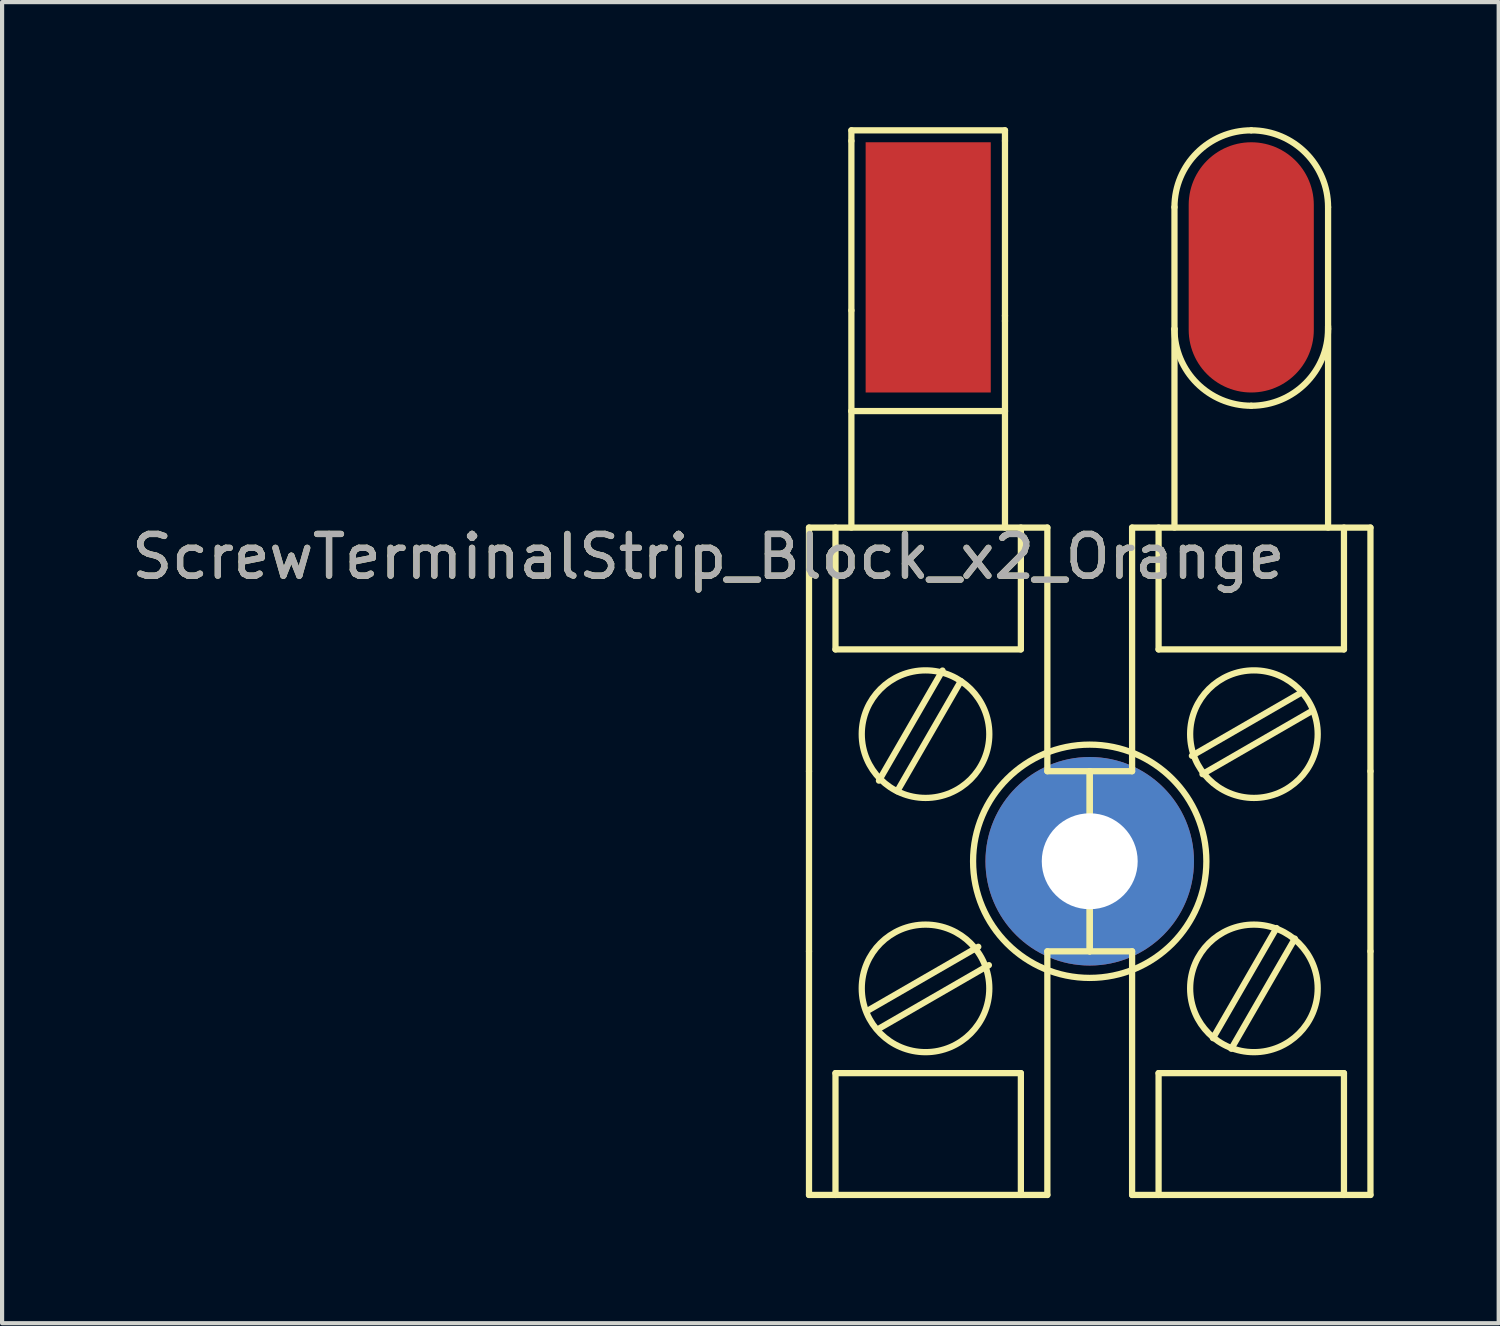
<source format=kicad_pcb>
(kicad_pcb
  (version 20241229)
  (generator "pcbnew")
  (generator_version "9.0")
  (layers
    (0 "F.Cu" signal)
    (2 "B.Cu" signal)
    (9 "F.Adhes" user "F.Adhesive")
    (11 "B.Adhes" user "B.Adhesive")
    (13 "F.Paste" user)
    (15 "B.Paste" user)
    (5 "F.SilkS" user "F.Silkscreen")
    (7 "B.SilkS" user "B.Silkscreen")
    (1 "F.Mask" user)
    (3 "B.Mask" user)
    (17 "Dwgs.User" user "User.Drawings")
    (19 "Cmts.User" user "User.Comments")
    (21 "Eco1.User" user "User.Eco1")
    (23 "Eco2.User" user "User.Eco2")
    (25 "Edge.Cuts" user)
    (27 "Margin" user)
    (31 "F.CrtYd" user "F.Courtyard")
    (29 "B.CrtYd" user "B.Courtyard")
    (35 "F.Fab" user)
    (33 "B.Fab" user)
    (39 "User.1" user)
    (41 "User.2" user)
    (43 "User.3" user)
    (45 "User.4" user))
  (footprint "ScrewTerminalStrip_Block_x2_Orange"
    (layer "F.Cu")
    (at 23.079 17.601)
    (property "Reference" "ScrewTerminalStrip_Block_x2_Orange" (at -9.144 -7.303 180) (layer "F.SilkS") (effects (font (size 1 1) (thickness 0.15))))
    (attr through_hole)
    (fp_line (start -6.731 -8.001) (end -1.016 -8.001) (stroke (width 0.15) (type solid)) (layer "F.SilkS"))
    (fp_line (start -6.731 -2.159) (end -6.731 -8.001) (stroke (width 0.15) (type solid)) (layer "F.SilkS"))
    (fp_line (start -6.731 -2.159) (end -6.731 2.159) (stroke (width 0.15) (type solid)) (layer "F.SilkS"))
    (fp_line (start -6.731 2.159) (end -6.731 8.001) (stroke (width 0.15) (type solid)) (layer "F.SilkS"))
    (fp_line (start -6.731 8.001) (end -1.016 8.001) (stroke (width 0.15) (type solid)) (layer "F.SilkS"))
    (fp_line (start -6.096 -8.001) (end -6.096 -5.08) (stroke (width 0.15) (type solid)) (layer "F.SilkS"))
    (fp_line (start -6.096 -5.08) (end -1.651 -5.08) (stroke (width 0.15) (type solid)) (layer "F.SilkS"))
    (fp_line (start -6.096 5.08) (end -6.096 8.001) (stroke (width 0.15) (type solid)) (layer "F.SilkS"))
    (fp_line (start -5.715 -17.526) (end -2.032 -17.526) (stroke (width 0.15) (type solid)) (layer "F.SilkS"))
    (fp_line (start -5.715 -17.272) (end -5.715 -17.526) (stroke (width 0.15) (type solid)) (layer "F.SilkS"))
    (fp_line (start -5.715 -17.272) (end -5.715 -13.208) (stroke (width 0.15) (type solid)) (layer "F.SilkS"))
    (fp_line (start -5.715 -10.795) (end -5.715 -13.208) (stroke (width 0.15) (type solid)) (layer "F.SilkS"))
    (fp_line (start -5.715 -10.795) (end -5.715 -8.001) (stroke (width 0.15) (type solid)) (layer "F.SilkS"))
    (fp_line (start -5.715 -10.795) (end -2.032 -10.795) (stroke (width 0.15) (type solid)) (layer "F.SilkS"))
    (fp_line (start -5.312 3.575) (end -2.672 2.051) (stroke (width 0.15) (type solid)) (layer "F.SilkS"))
    (fp_line (start -5.058 4.015) (end -2.418 2.491) (stroke (width 0.15) (type solid)) (layer "F.SilkS"))
    (fp_line (start -5.054 -1.933) (end -3.53 -4.573) (stroke (width 0.15) (type solid)) (layer "F.SilkS"))
    (fp_line (start -4.615 -1.679) (end -3.091 -4.319) (stroke (width 0.15) (type solid)) (layer "F.SilkS"))
    (fp_line (start -2.032 -17.526) (end -2.032 -17.272) (stroke (width 0.15) (type solid)) (layer "F.SilkS"))
    (fp_line (start -2.032 -17.272) (end -2.032 -13.081) (stroke (width 0.15) (type solid)) (layer "F.SilkS"))
    (fp_line (start -2.032 -13.081) (end -2.032 -12.954) (stroke (width 0.15) (type solid)) (layer "F.SilkS"))
    (fp_line (start -2.032 -12.954) (end -2.032 -10.795) (stroke (width 0.15) (type solid)) (layer "F.SilkS"))
    (fp_line (start -2.032 -10.795) (end -2.032 -8.001) (stroke (width 0.15) (type solid)) (layer "F.SilkS"))
    (fp_line (start -1.651 -5.08) (end -1.651 -8.001) (stroke (width 0.15) (type solid)) (layer "F.SilkS"))
    (fp_line (start -1.651 5.08) (end -6.096 5.08) (stroke (width 0.15) (type solid)) (layer "F.SilkS"))
    (fp_line (start -1.651 8.001) (end -1.651 5.08) (stroke (width 0.15) (type solid)) (layer "F.SilkS"))
    (fp_line (start -1.016 -2.159) (end -1.016 -8.001) (stroke (width 0.15) (type solid)) (layer "F.SilkS"))
    (fp_line (start -1.016 -2.159) (end 0 -2.159) (stroke (width 0.15) (type solid)) (layer "F.SilkS"))
    (fp_line (start -1.016 2.159) (end 0 2.159) (stroke (width 0.15) (type solid)) (layer "F.SilkS"))
    (fp_line (start -1.016 8.001) (end -1.016 2.159) (stroke (width 0.15) (type solid)) (layer "F.SilkS"))
    (fp_line (start 0 -2.159) (end 0 -1.016) (stroke (width 0.15) (type solid)) (layer "F.SilkS"))
    (fp_line (start 0 -2.159) (end 0 -1.016) (stroke (width 0.15) (type solid)) (layer "F.SilkS"))
    (fp_line (start 0 1.016) (end 0 2.159) (stroke (width 0.15) (type solid)) (layer "F.SilkS"))
    (fp_line (start 0 1.016) (end 0 2.159) (stroke (width 0.15) (type solid)) (layer "F.SilkS"))
    (fp_line (start 1.016 -8.001) (end 6.731 -8.001) (stroke (width 0.15) (type solid)) (layer "F.SilkS"))
    (fp_line (start 1.016 -2.159) (end 0 -2.159) (stroke (width 0.15) (type solid)) (layer "F.SilkS"))
    (fp_line (start 1.016 -2.159) (end 1.016 -8.001) (stroke (width 0.15) (type solid)) (layer "F.SilkS"))
    (fp_line (start 1.016 2.159) (end 0 2.159) (stroke (width 0.15) (type solid)) (layer "F.SilkS"))
    (fp_line (start 1.016 2.159) (end 1.016 8.001) (stroke (width 0.15) (type solid)) (layer "F.SilkS"))
    (fp_line (start 1.016 8.001) (end 6.731 8.001) (stroke (width 0.15) (type solid)) (layer "F.SilkS"))
    (fp_line (start 1.651 -8.001) (end 1.651 -5.08) (stroke (width 0.15) (type solid)) (layer "F.SilkS"))
    (fp_line (start 1.651 -5.08) (end 6.096 -5.08) (stroke (width 0.15) (type solid)) (layer "F.SilkS"))
    (fp_line (start 1.651 5.08) (end 1.651 8.001) (stroke (width 0.15) (type solid)) (layer "F.SilkS"))
    (fp_line (start 2.032 -15.684) (end 2.032 -12.764) (stroke (width 0.15) (type solid)) (layer "F.SilkS"))
    (fp_line (start 2.032 -12.764) (end 2.032 -8.001) (stroke (width 0.15) (type solid)) (layer "F.SilkS"))
    (fp_line (start 2.45 -2.529) (end 5.09 -4.053) (stroke (width 0.15) (type solid)) (layer "F.SilkS"))
    (fp_line (start 2.704 -2.089) (end 5.344 -3.613) (stroke (width 0.15) (type solid)) (layer "F.SilkS"))
    (fp_line (start 2.955 4.241) (end 4.479 1.601) (stroke (width 0.15) (type solid)) (layer "F.SilkS"))
    (fp_line (start 3.395 4.495) (end 4.919 1.855) (stroke (width 0.15) (type solid)) (layer "F.SilkS"))
    (fp_line (start 5.715 -15.684) (end 5.715 -12.764) (stroke (width 0.15) (type solid)) (layer "F.SilkS"))
    (fp_line (start 5.715 -12.827) (end 5.715 -8.001) (stroke (width 0.15) (type solid)) (layer "F.SilkS"))
    (fp_line (start 6.096 -5.08) (end 6.096 -8.001) (stroke (width 0.15) (type solid)) (layer "F.SilkS"))
    (fp_line (start 6.096 5.08) (end 1.651 5.08) (stroke (width 0.15) (type solid)) (layer "F.SilkS"))
    (fp_line (start 6.096 8.001) (end 6.096 5.08) (stroke (width 0.15) (type solid)) (layer "F.SilkS"))
    (fp_line (start 6.731 -2.159) (end 6.731 -8.001) (stroke (width 0.15) (type solid)) (layer "F.SilkS"))
    (fp_line (start 6.731 2.159) (end 6.731 -2.159) (stroke (width 0.15) (type solid)) (layer "F.SilkS"))
    (fp_line (start 6.731 8.001) (end 6.731 2.159) (stroke (width 0.15) (type solid)) (layer "F.SilkS"))
    (fp_arc (start -1.016 0) (mid -0.71842 -0.71842) (end 0 -1.016) (stroke (width 0.15) (type solid)) (layer "F.SilkS"))
    (fp_arc (start 0 -1.016) (mid 0.71842 -0.71842) (end 1.016 0) (stroke (width 0.15) (type solid)) (layer "F.SilkS"))
    (fp_arc (start 0 1.016) (mid -0.71842 0.71842) (end -1.016 0) (stroke (width 0.15) (type solid)) (layer "F.SilkS"))
    (fp_arc (start 1.016 0) (mid 0.71842 0.71842) (end 0 1.016) (stroke (width 0.15) (type solid)) (layer "F.SilkS"))
    (fp_arc (start 2.032 -15.6845) (mid 2.571363 -16.986637) (end 3.8735 -17.526) (stroke (width 0.15) (type solid)) (layer "F.SilkS"))
    (fp_arc (start 3.8735 -17.526) (mid 5.175637 -16.986637) (end 5.715 -15.6845) (stroke (width 0.15) (type solid)) (layer "F.SilkS"))
    (fp_arc (start 3.8735 -10.922) (mid 2.571363 -11.461363) (end 2.032 -12.7635) (stroke (width 0.15) (type solid)) (layer "F.SilkS"))
    (fp_arc (start 5.715 -12.7635) (mid 5.175637 -11.461363) (end 3.8735 -10.922) (stroke (width 0.15) (type solid)) (layer "F.SilkS"))
    (fp_circle (center -3.937 -3.048) (end -2.413 -3.175) (stroke (width 0.15) (type solid)) (fill no) (layer "F.SilkS"))
    (fp_circle (center -3.937 3.048) (end -2.413 2.921) (stroke (width 0.15) (type solid)) (fill no) (layer "F.SilkS"))
    (fp_circle (center 0 0) (end 2.794 -0.127) (stroke (width 0.15) (type solid)) (fill no) (layer "F.SilkS"))
    (fp_circle (center 3.937 -3.048) (end 5.461 -3.175) (stroke (width 0.15) (type solid)) (fill no) (layer "F.SilkS"))
    (fp_circle (center 3.937 3.048) (end 5.461 2.921) (stroke (width 0.15) (type solid)) (fill no) (layer "F.SilkS"))
    (fp_text user "${REFERENCE}" (at -9.144 -7.303 0) (layer "F.Fab") (effects (font (size 1 1) (thickness 0.15))))
    (pad "1" smd rect (at -3.873 -14.24) (size 3 6) (layers "F.Cu" "F.Mask" "F.Paste"))
    (pad "2" smd oval (at 3.873 -14.24) (size 3 6) (layers "F.Cu" "F.Mask" "F.Paste"))
    (pad "101" thru_hole circle (at 0 0) (size 5 5) (drill 2.3) (layers "*.Cu" "*.Mask"))
    (pad "102" thru_hole circle (at 0 0) (size 1 1) (drill 0.3) (layers "*.Cu" "*.Mask")))
  (gr_rect
    (start -3 -3)
    (end 32.885 28.677)
    (stroke (width 0.1) (type default))
    (fill no)
    (layer "Edge.Cuts")))
</source>
